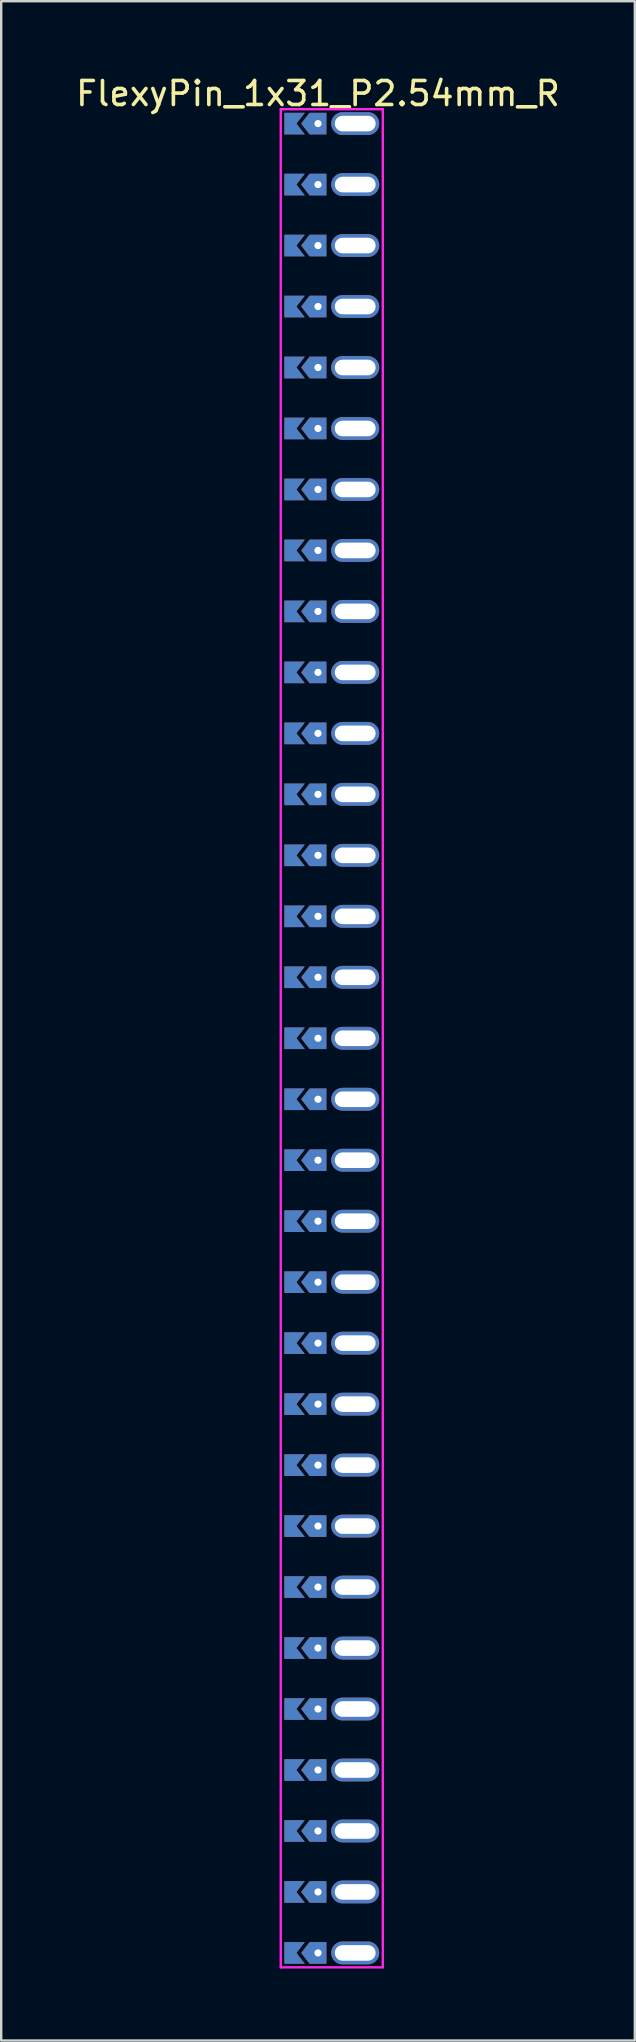
<source format=kicad_pcb>
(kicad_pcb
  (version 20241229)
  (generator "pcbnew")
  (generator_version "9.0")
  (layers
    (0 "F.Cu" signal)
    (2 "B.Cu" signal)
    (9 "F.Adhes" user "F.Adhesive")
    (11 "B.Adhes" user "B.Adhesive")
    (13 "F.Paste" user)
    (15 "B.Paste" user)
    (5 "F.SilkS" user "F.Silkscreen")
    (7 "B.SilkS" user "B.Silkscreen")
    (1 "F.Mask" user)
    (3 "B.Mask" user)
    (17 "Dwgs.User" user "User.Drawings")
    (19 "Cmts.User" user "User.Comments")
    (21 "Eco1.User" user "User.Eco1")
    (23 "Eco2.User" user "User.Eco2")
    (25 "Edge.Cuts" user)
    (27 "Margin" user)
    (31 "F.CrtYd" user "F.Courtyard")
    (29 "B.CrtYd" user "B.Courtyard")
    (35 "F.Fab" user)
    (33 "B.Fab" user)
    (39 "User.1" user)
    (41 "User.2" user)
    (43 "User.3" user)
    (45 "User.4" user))
  (footprint "FlexyPin_1x31_P2.54mm_R"
    (layer "F.Cu")
    (at 10.196 2.098)
    (property "Reference" "FlexyPin_1x31_P2.54mm_R" (at 0 -1.25 0) (layer "F.SilkS") (effects (font (size 1 1) (thickness 0.15))))
    (attr through_hole)
    (fp_line (start -1.55 -0.6) (end 2.7 -0.6) (stroke (width 0.1) (type solid)) (layer "F.CrtYd"))
    (fp_line (start -1.55 76.8) (end -1.55 -0.6) (stroke (width 0.1) (type solid)) (layer "F.CrtYd"))
    (fp_line (start 2.7 -0.6) (end 2.7 76.8) (stroke (width 0.1) (type solid)) (layer "F.CrtYd"))
    (fp_line (start 2.7 76.8) (end -1.55 76.8) (stroke (width 0.1) (type solid)) (layer "F.CrtYd"))
    (pad "" thru_hole custom (at 0 0) (size 0.3 0.3) (drill 0.6) (layers "*.Cu" "*.Mask") (options (anchor rect)) (primitives (gr_poly (pts (xy 0.35 0.45) (xy 0.35 -0.45) (xy -0.35 -0.45) (xy -0.7 0) (xy -0.35 0.45)) (width 0) (fill yes))))
    (pad "" thru_hole custom (at 0 2.54) (size 0.3 0.3) (drill 0.6) (layers "*.Cu" "*.Mask") (options (anchor rect)) (primitives (gr_poly (pts (xy 0.35 0.45) (xy 0.35 -0.45) (xy -0.35 -0.45) (xy -0.7 0) (xy -0.35 0.45)) (width 0) (fill yes))))
    (pad "" thru_hole custom (at 0 5.08) (size 0.3 0.3) (drill 0.6) (layers "*.Cu" "*.Mask") (options (anchor rect)) (primitives (gr_poly (pts (xy 0.35 0.45) (xy 0.35 -0.45) (xy -0.35 -0.45) (xy -0.7 0) (xy -0.35 0.45)) (width 0) (fill yes))))
    (pad "" thru_hole custom (at 0 7.62) (size 0.3 0.3) (drill 0.6) (layers "*.Cu" "*.Mask") (options (anchor rect)) (primitives (gr_poly (pts (xy 0.35 0.45) (xy 0.35 -0.45) (xy -0.35 -0.45) (xy -0.7 0) (xy -0.35 0.45)) (width 0) (fill yes))))
    (pad "" thru_hole custom (at 0 10.16) (size 0.3 0.3) (drill 0.6) (layers "*.Cu" "*.Mask") (options (anchor rect)) (primitives (gr_poly (pts (xy 0.35 0.45) (xy 0.35 -0.45) (xy -0.35 -0.45) (xy -0.7 0) (xy -0.35 0.45)) (width 0) (fill yes))))
    (pad "" thru_hole custom (at 0 12.7) (size 0.3 0.3) (drill 0.6) (layers "*.Cu" "*.Mask") (options (anchor rect)) (primitives (gr_poly (pts (xy 0.35 0.45) (xy 0.35 -0.45) (xy -0.35 -0.45) (xy -0.7 0) (xy -0.35 0.45)) (width 0) (fill yes))))
    (pad "" thru_hole custom (at 0 15.24) (size 0.3 0.3) (drill 0.6) (layers "*.Cu" "*.Mask") (options (anchor rect)) (primitives (gr_poly (pts (xy 0.35 0.45) (xy 0.35 -0.45) (xy -0.35 -0.45) (xy -0.7 0) (xy -0.35 0.45)) (width 0) (fill yes))))
    (pad "" thru_hole custom (at 0 17.78) (size 0.3 0.3) (drill 0.6) (layers "*.Cu" "*.Mask") (options (anchor rect)) (primitives (gr_poly (pts (xy 0.35 0.45) (xy 0.35 -0.45) (xy -0.35 -0.45) (xy -0.7 0) (xy -0.35 0.45)) (width 0) (fill yes))))
    (pad "" thru_hole custom (at 0 20.32) (size 0.3 0.3) (drill 0.6) (layers "*.Cu" "*.Mask") (options (anchor rect)) (primitives (gr_poly (pts (xy 0.35 0.45) (xy 0.35 -0.45) (xy -0.35 -0.45) (xy -0.7 0) (xy -0.35 0.45)) (width 0) (fill yes))))
    (pad "" thru_hole custom (at 0 22.86) (size 0.3 0.3) (drill 0.6) (layers "*.Cu" "*.Mask") (options (anchor rect)) (primitives (gr_poly (pts (xy 0.35 0.45) (xy 0.35 -0.45) (xy -0.35 -0.45) (xy -0.7 0) (xy -0.35 0.45)) (width 0) (fill yes))))
    (pad "" thru_hole custom (at 0 25.4) (size 0.3 0.3) (drill 0.6) (layers "*.Cu" "*.Mask") (options (anchor rect)) (primitives (gr_poly (pts (xy 0.35 0.45) (xy 0.35 -0.45) (xy -0.35 -0.45) (xy -0.7 0) (xy -0.35 0.45)) (width 0) (fill yes))))
    (pad "" thru_hole custom (at 0 27.94) (size 0.3 0.3) (drill 0.6) (layers "*.Cu" "*.Mask") (options (anchor rect)) (primitives (gr_poly (pts (xy 0.35 0.45) (xy 0.35 -0.45) (xy -0.35 -0.45) (xy -0.7 0) (xy -0.35 0.45)) (width 0) (fill yes))))
    (pad "" thru_hole custom (at 0 30.48) (size 0.3 0.3) (drill 0.6) (layers "*.Cu" "*.Mask") (options (anchor rect)) (primitives (gr_poly (pts (xy 0.35 0.45) (xy 0.35 -0.45) (xy -0.35 -0.45) (xy -0.7 0) (xy -0.35 0.45)) (width 0) (fill yes))))
    (pad "" thru_hole custom (at 0 33.02) (size 0.3 0.3) (drill 0.6) (layers "*.Cu" "*.Mask") (options (anchor rect)) (primitives (gr_poly (pts (xy 0.35 0.45) (xy 0.35 -0.45) (xy -0.35 -0.45) (xy -0.7 0) (xy -0.35 0.45)) (width 0) (fill yes))))
    (pad "" thru_hole custom (at 0 35.56) (size 0.3 0.3) (drill 0.6) (layers "*.Cu" "*.Mask") (options (anchor rect)) (primitives (gr_poly (pts (xy 0.35 0.45) (xy 0.35 -0.45) (xy -0.35 -0.45) (xy -0.7 0) (xy -0.35 0.45)) (width 0) (fill yes))))
    (pad "" thru_hole custom (at 0 38.1) (size 0.3 0.3) (drill 0.6) (layers "*.Cu" "*.Mask") (options (anchor rect)) (primitives (gr_poly (pts (xy 0.35 0.45) (xy 0.35 -0.45) (xy -0.35 -0.45) (xy -0.7 0) (xy -0.35 0.45)) (width 0) (fill yes))))
    (pad "" thru_hole custom (at 0 40.64) (size 0.3 0.3) (drill 0.6) (layers "*.Cu" "*.Mask") (options (anchor rect)) (primitives (gr_poly (pts (xy 0.35 0.45) (xy 0.35 -0.45) (xy -0.35 -0.45) (xy -0.7 0) (xy -0.35 0.45)) (width 0) (fill yes))))
    (pad "" thru_hole custom (at 0 43.18) (size 0.3 0.3) (drill 0.6) (layers "*.Cu" "*.Mask") (options (anchor rect)) (primitives (gr_poly (pts (xy 0.35 0.45) (xy 0.35 -0.45) (xy -0.35 -0.45) (xy -0.7 0) (xy -0.35 0.45)) (width 0) (fill yes))))
    (pad "" thru_hole custom (at 0 45.72) (size 0.3 0.3) (drill 0.6) (layers "*.Cu" "*.Mask") (options (anchor rect)) (primitives (gr_poly (pts (xy 0.35 0.45) (xy 0.35 -0.45) (xy -0.35 -0.45) (xy -0.7 0) (xy -0.35 0.45)) (width 0) (fill yes))))
    (pad "" thru_hole custom (at 0 48.26) (size 0.3 0.3) (drill 0.6) (layers "*.Cu" "*.Mask") (options (anchor rect)) (primitives (gr_poly (pts (xy 0.35 0.45) (xy 0.35 -0.45) (xy -0.35 -0.45) (xy -0.7 0) (xy -0.35 0.45)) (width 0) (fill yes))))
    (pad "" thru_hole custom (at 0 50.8) (size 0.3 0.3) (drill 0.6) (layers "*.Cu" "*.Mask") (options (anchor rect)) (primitives (gr_poly (pts (xy 0.35 0.45) (xy 0.35 -0.45) (xy -0.35 -0.45) (xy -0.7 0) (xy -0.35 0.45)) (width 0) (fill yes))))
    (pad "" thru_hole custom (at 0 53.34) (size 0.3 0.3) (drill 0.6) (layers "*.Cu" "*.Mask") (options (anchor rect)) (primitives (gr_poly (pts (xy 0.35 0.45) (xy 0.35 -0.45) (xy -0.35 -0.45) (xy -0.7 0) (xy -0.35 0.45)) (width 0) (fill yes))))
    (pad "" thru_hole custom (at 0 55.88) (size 0.3 0.3) (drill 0.6) (layers "*.Cu" "*.Mask") (options (anchor rect)) (primitives (gr_poly (pts (xy 0.35 0.45) (xy 0.35 -0.45) (xy -0.35 -0.45) (xy -0.7 0) (xy -0.35 0.45)) (width 0) (fill yes))))
    (pad "" thru_hole custom (at 0 58.42) (size 0.3 0.3) (drill 0.6) (layers "*.Cu" "*.Mask") (options (anchor rect)) (primitives (gr_poly (pts (xy 0.35 0.45) (xy 0.35 -0.45) (xy -0.35 -0.45) (xy -0.7 0) (xy -0.35 0.45)) (width 0) (fill yes))))
    (pad "" thru_hole custom (at 0 60.96) (size 0.3 0.3) (drill 0.6) (layers "*.Cu" "*.Mask") (options (anchor rect)) (primitives (gr_poly (pts (xy 0.35 0.45) (xy 0.35 -0.45) (xy -0.35 -0.45) (xy -0.7 0) (xy -0.35 0.45)) (width 0) (fill yes))))
    (pad "" thru_hole custom (at 0 63.5) (size 0.3 0.3) (drill 0.6) (layers "*.Cu" "*.Mask") (options (anchor rect)) (primitives (gr_poly (pts (xy 0.35 0.45) (xy 0.35 -0.45) (xy -0.35 -0.45) (xy -0.7 0) (xy -0.35 0.45)) (width 0) (fill yes))))
    (pad "" thru_hole custom (at 0 66.04) (size 0.3 0.3) (drill 0.6) (layers "*.Cu" "*.Mask") (options (anchor rect)) (primitives (gr_poly (pts (xy 0.35 0.45) (xy 0.35 -0.45) (xy -0.35 -0.45) (xy -0.7 0) (xy -0.35 0.45)) (width 0) (fill yes))))
    (pad "" thru_hole custom (at 0 68.58) (size 0.3 0.3) (drill 0.6) (layers "*.Cu" "*.Mask") (options (anchor rect)) (primitives (gr_poly (pts (xy 0.35 0.45) (xy 0.35 -0.45) (xy -0.35 -0.45) (xy -0.7 0) (xy -0.35 0.45)) (width 0) (fill yes))))
    (pad "" thru_hole custom (at 0 71.12) (size 0.3 0.3) (drill 0.6) (layers "*.Cu" "*.Mask") (options (anchor rect)) (primitives (gr_poly (pts (xy 0.35 0.45) (xy 0.35 -0.45) (xy -0.35 -0.45) (xy -0.7 0) (xy -0.35 0.45)) (width 0) (fill yes))))
    (pad "" thru_hole custom (at 0 73.66) (size 0.3 0.3) (drill 0.6) (layers "*.Cu" "*.Mask") (options (anchor rect)) (primitives (gr_poly (pts (xy 0.35 0.45) (xy 0.35 -0.45) (xy -0.35 -0.45) (xy -0.7 0) (xy -0.35 0.45)) (width 0) (fill yes))))
    (pad "" thru_hole custom (at 0 76.2) (size 0.3 0.3) (drill 0.6) (layers "*.Cu" "*.Mask") (options (anchor rect)) (primitives (gr_poly (pts (xy 0.35 0.45) (xy 0.35 -0.45) (xy -0.35 -0.45) (xy -0.7 0) (xy -0.35 0.45)) (width 0) (fill yes))))
    (pad "" thru_hole oval (at 1.55 0) (size 2 0.95) (drill oval 1.7 0.65) (layers "*.Cu" "*.Mask"))
    (pad "" thru_hole oval (at 1.55 2.54) (size 2 0.95) (drill oval 1.7 0.65) (layers "*.Cu" "*.Mask"))
    (pad "" thru_hole oval (at 1.55 5.08) (size 2 0.95) (drill oval 1.7 0.65) (layers "*.Cu" "*.Mask"))
    (pad "" thru_hole oval (at 1.55 7.62) (size 2 0.95) (drill oval 1.7 0.65) (layers "*.Cu" "*.Mask"))
    (pad "" thru_hole oval (at 1.55 10.16) (size 2 0.95) (drill oval 1.7 0.65) (layers "*.Cu" "*.Mask"))
    (pad "" thru_hole oval (at 1.55 12.7) (size 2 0.95) (drill oval 1.7 0.65) (layers "*.Cu" "*.Mask"))
    (pad "" thru_hole oval (at 1.55 15.24) (size 2 0.95) (drill oval 1.7 0.65) (layers "*.Cu" "*.Mask"))
    (pad "" thru_hole oval (at 1.55 17.78) (size 2 0.95) (drill oval 1.7 0.65) (layers "*.Cu" "*.Mask"))
    (pad "" thru_hole oval (at 1.55 20.32) (size 2 0.95) (drill oval 1.7 0.65) (layers "*.Cu" "*.Mask"))
    (pad "" thru_hole oval (at 1.55 22.86) (size 2 0.95) (drill oval 1.7 0.65) (layers "*.Cu" "*.Mask"))
    (pad "" thru_hole oval (at 1.55 25.4) (size 2 0.95) (drill oval 1.7 0.65) (layers "*.Cu" "*.Mask"))
    (pad "" thru_hole oval (at 1.55 27.94) (size 2 0.95) (drill oval 1.7 0.65) (layers "*.Cu" "*.Mask"))
    (pad "" thru_hole oval (at 1.55 30.48) (size 2 0.95) (drill oval 1.7 0.65) (layers "*.Cu" "*.Mask"))
    (pad "" thru_hole oval (at 1.55 33.02) (size 2 0.95) (drill oval 1.7 0.65) (layers "*.Cu" "*.Mask"))
    (pad "" thru_hole oval (at 1.55 35.56) (size 2 0.95) (drill oval 1.7 0.65) (layers "*.Cu" "*.Mask"))
    (pad "" thru_hole oval (at 1.55 38.1) (size 2 0.95) (drill oval 1.7 0.65) (layers "*.Cu" "*.Mask"))
    (pad "" thru_hole oval (at 1.55 40.64) (size 2 0.95) (drill oval 1.7 0.65) (layers "*.Cu" "*.Mask"))
    (pad "" thru_hole oval (at 1.55 43.18) (size 2 0.95) (drill oval 1.7 0.65) (layers "*.Cu" "*.Mask"))
    (pad "" thru_hole oval (at 1.55 45.72) (size 2 0.95) (drill oval 1.7 0.65) (layers "*.Cu" "*.Mask"))
    (pad "" thru_hole oval (at 1.55 48.26) (size 2 0.95) (drill oval 1.7 0.65) (layers "*.Cu" "*.Mask"))
    (pad "" thru_hole oval (at 1.55 50.8) (size 2 0.95) (drill oval 1.7 0.65) (layers "*.Cu" "*.Mask"))
    (pad "" thru_hole oval (at 1.55 53.34) (size 2 0.95) (drill oval 1.7 0.65) (layers "*.Cu" "*.Mask"))
    (pad "" thru_hole oval (at 1.55 55.88) (size 2 0.95) (drill oval 1.7 0.65) (layers "*.Cu" "*.Mask"))
    (pad "" thru_hole oval (at 1.55 58.42) (size 2 0.95) (drill oval 1.7 0.65) (layers "*.Cu" "*.Mask"))
    (pad "" thru_hole oval (at 1.55 60.96) (size 2 0.95) (drill oval 1.7 0.65) (layers "*.Cu" "*.Mask"))
    (pad "" thru_hole oval (at 1.55 63.5) (size 2 0.95) (drill oval 1.7 0.65) (layers "*.Cu" "*.Mask"))
    (pad "" thru_hole oval (at 1.55 66.04) (size 2 0.95) (drill oval 1.7 0.65) (layers "*.Cu" "*.Mask"))
    (pad "" thru_hole oval (at 1.55 68.58) (size 2 0.95) (drill oval 1.7 0.65) (layers "*.Cu" "*.Mask"))
    (pad "" thru_hole oval (at 1.55 71.12) (size 2 0.95) (drill oval 1.7 0.65) (layers "*.Cu" "*.Mask"))
    (pad "" thru_hole oval (at 1.55 73.66) (size 2 0.95) (drill oval 1.7 0.65) (layers "*.Cu" "*.Mask"))
    (pad "" thru_hole oval (at 1.55 76.2) (size 2 0.95) (drill oval 1.7 0.65) (layers "*.Cu" "*.Mask"))
    (pad "1" smd custom (at -0.9 0) (size 0.01 0.01) (layers "F.Cu" "F.Mask") (options (anchor rect)) (primitives (gr_poly (pts (xy 0 0) (xy 0.35 0.45) (xy -0.5 0.45) (xy -0.5 -0.45) (xy 0.35 -0.45)) (width 0) (fill yes))))
    (pad "2" smd custom (at -0.9 2.54) (size 0.01 0.01) (layers "F.Cu" "F.Mask") (options (anchor rect)) (primitives (gr_poly (pts (xy 0 0) (xy 0.35 0.45) (xy -0.5 0.45) (xy -0.5 -0.45) (xy 0.35 -0.45)) (width 0) (fill yes))))
    (pad "3" smd custom (at -0.9 5.08) (size 0.01 0.01) (layers "F.Cu" "F.Mask") (options (anchor rect)) (primitives (gr_poly (pts (xy 0 0) (xy 0.35 0.45) (xy -0.5 0.45) (xy -0.5 -0.45) (xy 0.35 -0.45)) (width 0) (fill yes))))
    (pad "4" smd custom (at -0.9 7.62) (size 0.01 0.01) (layers "F.Cu" "F.Mask") (options (anchor rect)) (primitives (gr_poly (pts (xy 0 0) (xy 0.35 0.45) (xy -0.5 0.45) (xy -0.5 -0.45) (xy 0.35 -0.45)) (width 0) (fill yes))))
    (pad "5" smd custom (at -0.9 10.16) (size 0.01 0.01) (layers "F.Cu" "F.Mask") (options (anchor rect)) (primitives (gr_poly (pts (xy 0 0) (xy 0.35 0.45) (xy -0.5 0.45) (xy -0.5 -0.45) (xy 0.35 -0.45)) (width 0) (fill yes))))
    (pad "6" smd custom (at -0.9 12.7) (size 0.01 0.01) (layers "F.Cu" "F.Mask") (options (anchor rect)) (primitives (gr_poly (pts (xy 0 0) (xy 0.35 0.45) (xy -0.5 0.45) (xy -0.5 -0.45) (xy 0.35 -0.45)) (width 0) (fill yes))))
    (pad "7" smd custom (at -0.9 15.24) (size 0.01 0.01) (layers "F.Cu" "F.Mask") (options (anchor rect)) (primitives (gr_poly (pts (xy 0 0) (xy 0.35 0.45) (xy -0.5 0.45) (xy -0.5 -0.45) (xy 0.35 -0.45)) (width 0) (fill yes))))
    (pad "8" smd custom (at -0.9 17.78) (size 0.01 0.01) (layers "F.Cu" "F.Mask") (options (anchor rect)) (primitives (gr_poly (pts (xy 0 0) (xy 0.35 0.45) (xy -0.5 0.45) (xy -0.5 -0.45) (xy 0.35 -0.45)) (width 0) (fill yes))))
    (pad "9" smd custom (at -0.9 20.32) (size 0.01 0.01) (layers "F.Cu" "F.Mask") (options (anchor rect)) (primitives (gr_poly (pts (xy 0 0) (xy 0.35 0.45) (xy -0.5 0.45) (xy -0.5 -0.45) (xy 0.35 -0.45)) (width 0) (fill yes))))
    (pad "10" smd custom (at -0.9 22.86) (size 0.01 0.01) (layers "F.Cu" "F.Mask") (options (anchor rect)) (primitives (gr_poly (pts (xy 0 0) (xy 0.35 0.45) (xy -0.5 0.45) (xy -0.5 -0.45) (xy 0.35 -0.45)) (width 0) (fill yes))))
    (pad "11" smd custom (at -0.9 25.4) (size 0.01 0.01) (layers "F.Cu" "F.Mask") (options (anchor rect)) (primitives (gr_poly (pts (xy 0 0) (xy 0.35 0.45) (xy -0.5 0.45) (xy -0.5 -0.45) (xy 0.35 -0.45)) (width 0) (fill yes))))
    (pad "12" smd custom (at -0.9 27.94) (size 0.01 0.01) (layers "F.Cu" "F.Mask") (options (anchor rect)) (primitives (gr_poly (pts (xy 0 0) (xy 0.35 0.45) (xy -0.5 0.45) (xy -0.5 -0.45) (xy 0.35 -0.45)) (width 0) (fill yes))))
    (pad "13" smd custom (at -0.9 30.48) (size 0.01 0.01) (layers "F.Cu" "F.Mask") (options (anchor rect)) (primitives (gr_poly (pts (xy 0 0) (xy 0.35 0.45) (xy -0.5 0.45) (xy -0.5 -0.45) (xy 0.35 -0.45)) (width 0) (fill yes))))
    (pad "14" smd custom (at -0.9 33.02) (size 0.01 0.01) (layers "F.Cu" "F.Mask") (options (anchor rect)) (primitives (gr_poly (pts (xy 0 0) (xy 0.35 0.45) (xy -0.5 0.45) (xy -0.5 -0.45) (xy 0.35 -0.45)) (width 0) (fill yes))))
    (pad "15" smd custom (at -0.9 35.56) (size 0.01 0.01) (layers "F.Cu" "F.Mask") (options (anchor rect)) (primitives (gr_poly (pts (xy 0 0) (xy 0.35 0.45) (xy -0.5 0.45) (xy -0.5 -0.45) (xy 0.35 -0.45)) (width 0) (fill yes))))
    (pad "16" smd custom (at -0.9 38.1) (size 0.01 0.01) (layers "F.Cu" "F.Mask") (options (anchor rect)) (primitives (gr_poly (pts (xy 0 0) (xy 0.35 0.45) (xy -0.5 0.45) (xy -0.5 -0.45) (xy 0.35 -0.45)) (width 0) (fill yes))))
    (pad "17" smd custom (at -0.9 40.64) (size 0.01 0.01) (layers "F.Cu" "F.Mask") (options (anchor rect)) (primitives (gr_poly (pts (xy 0 0) (xy 0.35 0.45) (xy -0.5 0.45) (xy -0.5 -0.45) (xy 0.35 -0.45)) (width 0) (fill yes))))
    (pad "18" smd custom (at -0.9 43.18) (size 0.01 0.01) (layers "F.Cu" "F.Mask") (options (anchor rect)) (primitives (gr_poly (pts (xy 0 0) (xy 0.35 0.45) (xy -0.5 0.45) (xy -0.5 -0.45) (xy 0.35 -0.45)) (width 0) (fill yes))))
    (pad "19" smd custom (at -0.9 45.72) (size 0.01 0.01) (layers "F.Cu" "F.Mask") (options (anchor rect)) (primitives (gr_poly (pts (xy 0 0) (xy 0.35 0.45) (xy -0.5 0.45) (xy -0.5 -0.45) (xy 0.35 -0.45)) (width 0) (fill yes))))
    (pad "20" smd custom (at -0.9 48.26) (size 0.01 0.01) (layers "F.Cu" "F.Mask") (options (anchor rect)) (primitives (gr_poly (pts (xy 0 0) (xy 0.35 0.45) (xy -0.5 0.45) (xy -0.5 -0.45) (xy 0.35 -0.45)) (width 0) (fill yes))))
    (pad "21" smd custom (at -0.9 50.8) (size 0.01 0.01) (layers "F.Cu" "F.Mask") (options (anchor rect)) (primitives (gr_poly (pts (xy 0 0) (xy 0.35 0.45) (xy -0.5 0.45) (xy -0.5 -0.45) (xy 0.35 -0.45)) (width 0) (fill yes))))
    (pad "22" smd custom (at -0.9 53.34) (size 0.01 0.01) (layers "F.Cu" "F.Mask") (options (anchor rect)) (primitives (gr_poly (pts (xy 0 0) (xy 0.35 0.45) (xy -0.5 0.45) (xy -0.5 -0.45) (xy 0.35 -0.45)) (width 0) (fill yes))))
    (pad "23" smd custom (at -0.9 55.88) (size 0.01 0.01) (layers "F.Cu" "F.Mask") (options (anchor rect)) (primitives (gr_poly (pts (xy 0 0) (xy 0.35 0.45) (xy -0.5 0.45) (xy -0.5 -0.45) (xy 0.35 -0.45)) (width 0) (fill yes))))
    (pad "24" smd custom (at -0.9 58.42) (size 0.01 0.01) (layers "F.Cu" "F.Mask") (options (anchor rect)) (primitives (gr_poly (pts (xy 0 0) (xy 0.35 0.45) (xy -0.5 0.45) (xy -0.5 -0.45) (xy 0.35 -0.45)) (width 0) (fill yes))))
    (pad "25" smd custom (at -0.9 60.96) (size 0.01 0.01) (layers "F.Cu" "F.Mask") (options (anchor rect)) (primitives (gr_poly (pts (xy 0 0) (xy 0.35 0.45) (xy -0.5 0.45) (xy -0.5 -0.45) (xy 0.35 -0.45)) (width 0) (fill yes))))
    (pad "26" smd custom (at -0.9 63.5) (size 0.01 0.01) (layers "F.Cu" "F.Mask") (options (anchor rect)) (primitives (gr_poly (pts (xy 0 0) (xy 0.35 0.45) (xy -0.5 0.45) (xy -0.5 -0.45) (xy 0.35 -0.45)) (width 0) (fill yes))))
    (pad "27" smd custom (at -0.9 66.04) (size 0.01 0.01) (layers "F.Cu" "F.Mask") (options (anchor rect)) (primitives (gr_poly (pts (xy 0 0) (xy 0.35 0.45) (xy -0.5 0.45) (xy -0.5 -0.45) (xy 0.35 -0.45)) (width 0) (fill yes))))
    (pad "28" smd custom (at -0.9 68.58) (size 0.01 0.01) (layers "F.Cu" "F.Mask") (options (anchor rect)) (primitives (gr_poly (pts (xy 0 0) (xy 0.35 0.45) (xy -0.5 0.45) (xy -0.5 -0.45) (xy 0.35 -0.45)) (width 0) (fill yes))))
    (pad "29" smd custom (at -0.9 71.12) (size 0.01 0.01) (layers "F.Cu" "F.Mask") (options (anchor rect)) (primitives (gr_poly (pts (xy 0 0) (xy 0.35 0.45) (xy -0.5 0.45) (xy -0.5 -0.45) (xy 0.35 -0.45)) (width 0) (fill yes))))
    (pad "30" smd custom (at -0.9 73.66) (size 0.01 0.01) (layers "F.Cu" "F.Mask") (options (anchor rect)) (primitives (gr_poly (pts (xy 0 0) (xy 0.35 0.45) (xy -0.5 0.45) (xy -0.5 -0.45) (xy 0.35 -0.45)) (width 0) (fill yes))))
    (pad "31" smd custom (at -0.9 76.2) (size 0.01 0.01) (layers "F.Cu" "F.Mask") (options (anchor rect)) (primitives (gr_poly (pts (xy 0 0) (xy 0.35 0.45) (xy -0.5 0.45) (xy -0.5 -0.45) (xy 0.35 -0.45)) (width 0) (fill yes))))
    (pad "32" smd custom (at -0.9 0) (size 0.01 0.01) (layers "B.Cu" "B.Mask") (options (anchor rect)) (primitives (gr_poly (pts (xy 0 0) (xy 0.35 0.45) (xy -0.5 0.45) (xy -0.5 -0.45) (xy 0.35 -0.45)) (width 0) (fill yes))))
    (pad "33" smd custom (at -0.9 2.54) (size 0.01 0.01) (layers "B.Cu" "B.Mask") (options (anchor rect)) (primitives (gr_poly (pts (xy 0 0) (xy 0.35 0.45) (xy -0.5 0.45) (xy -0.5 -0.45) (xy 0.35 -0.45)) (width 0) (fill yes))))
    (pad "34" smd custom (at -0.9 5.08) (size 0.01 0.01) (layers "B.Cu" "B.Mask") (options (anchor rect)) (primitives (gr_poly (pts (xy 0 0) (xy 0.35 0.45) (xy -0.5 0.45) (xy -0.5 -0.45) (xy 0.35 -0.45)) (width 0) (fill yes))))
    (pad "35" smd custom (at -0.9 7.62) (size 0.01 0.01) (layers "B.Cu" "B.Mask") (options (anchor rect)) (primitives (gr_poly (pts (xy 0 0) (xy 0.35 0.45) (xy -0.5 0.45) (xy -0.5 -0.45) (xy 0.35 -0.45)) (width 0) (fill yes))))
    (pad "36" smd custom (at -0.9 10.16) (size 0.01 0.01) (layers "B.Cu" "B.Mask") (options (anchor rect)) (primitives (gr_poly (pts (xy 0 0) (xy 0.35 0.45) (xy -0.5 0.45) (xy -0.5 -0.45) (xy 0.35 -0.45)) (width 0) (fill yes))))
    (pad "37" smd custom (at -0.9 12.7) (size 0.01 0.01) (layers "B.Cu" "B.Mask") (options (anchor rect)) (primitives (gr_poly (pts (xy 0 0) (xy 0.35 0.45) (xy -0.5 0.45) (xy -0.5 -0.45) (xy 0.35 -0.45)) (width 0) (fill yes))))
    (pad "38" smd custom (at -0.9 15.24) (size 0.01 0.01) (layers "B.Cu" "B.Mask") (options (anchor rect)) (primitives (gr_poly (pts (xy 0 0) (xy 0.35 0.45) (xy -0.5 0.45) (xy -0.5 -0.45) (xy 0.35 -0.45)) (width 0) (fill yes))))
    (pad "39" smd custom (at -0.9 17.78) (size 0.01 0.01) (layers "B.Cu" "B.Mask") (options (anchor rect)) (primitives (gr_poly (pts (xy 0 0) (xy 0.35 0.45) (xy -0.5 0.45) (xy -0.5 -0.45) (xy 0.35 -0.45)) (width 0) (fill yes))))
    (pad "40" smd custom (at -0.9 20.32) (size 0.01 0.01) (layers "B.Cu" "B.Mask") (options (anchor rect)) (primitives (gr_poly (pts (xy 0 0) (xy 0.35 0.45) (xy -0.5 0.45) (xy -0.5 -0.45) (xy 0.35 -0.45)) (width 0) (fill yes))))
    (pad "41" smd custom (at -0.9 22.86) (size 0.01 0.01) (layers "B.Cu" "B.Mask") (options (anchor rect)) (primitives (gr_poly (pts (xy 0 0) (xy 0.35 0.45) (xy -0.5 0.45) (xy -0.5 -0.45) (xy 0.35 -0.45)) (width 0) (fill yes))))
    (pad "42" smd custom (at -0.9 25.4) (size 0.01 0.01) (layers "B.Cu" "B.Mask") (options (anchor rect)) (primitives (gr_poly (pts (xy 0 0) (xy 0.35 0.45) (xy -0.5 0.45) (xy -0.5 -0.45) (xy 0.35 -0.45)) (width 0) (fill yes))))
    (pad "43" smd custom (at -0.9 27.94) (size 0.01 0.01) (layers "B.Cu" "B.Mask") (options (anchor rect)) (primitives (gr_poly (pts (xy 0 0) (xy 0.35 0.45) (xy -0.5 0.45) (xy -0.5 -0.45) (xy 0.35 -0.45)) (width 0) (fill yes))))
    (pad "44" smd custom (at -0.9 30.48) (size 0.01 0.01) (layers "B.Cu" "B.Mask") (options (anchor rect)) (primitives (gr_poly (pts (xy 0 0) (xy 0.35 0.45) (xy -0.5 0.45) (xy -0.5 -0.45) (xy 0.35 -0.45)) (width 0) (fill yes))))
    (pad "45" smd custom (at -0.9 33.02) (size 0.01 0.01) (layers "B.Cu" "B.Mask") (options (anchor rect)) (primitives (gr_poly (pts (xy 0 0) (xy 0.35 0.45) (xy -0.5 0.45) (xy -0.5 -0.45) (xy 0.35 -0.45)) (width 0) (fill yes))))
    (pad "46" smd custom (at -0.9 35.56) (size 0.01 0.01) (layers "B.Cu" "B.Mask") (options (anchor rect)) (primitives (gr_poly (pts (xy 0 0) (xy 0.35 0.45) (xy -0.5 0.45) (xy -0.5 -0.45) (xy 0.35 -0.45)) (width 0) (fill yes))))
    (pad "47" smd custom (at -0.9 38.1) (size 0.01 0.01) (layers "B.Cu" "B.Mask") (options (anchor rect)) (primitives (gr_poly (pts (xy 0 0) (xy 0.35 0.45) (xy -0.5 0.45) (xy -0.5 -0.45) (xy 0.35 -0.45)) (width 0) (fill yes))))
    (pad "48" smd custom (at -0.9 40.64) (size 0.01 0.01) (layers "B.Cu" "B.Mask") (options (anchor rect)) (primitives (gr_poly (pts (xy 0 0) (xy 0.35 0.45) (xy -0.5 0.45) (xy -0.5 -0.45) (xy 0.35 -0.45)) (width 0) (fill yes))))
    (pad "49" smd custom (at -0.9 43.18) (size 0.01 0.01) (layers "B.Cu" "B.Mask") (options (anchor rect)) (primitives (gr_poly (pts (xy 0 0) (xy 0.35 0.45) (xy -0.5 0.45) (xy -0.5 -0.45) (xy 0.35 -0.45)) (width 0) (fill yes))))
    (pad "50" smd custom (at -0.9 45.72) (size 0.01 0.01) (layers "B.Cu" "B.Mask") (options (anchor rect)) (primitives (gr_poly (pts (xy 0 0) (xy 0.35 0.45) (xy -0.5 0.45) (xy -0.5 -0.45) (xy 0.35 -0.45)) (width 0) (fill yes))))
    (pad "51" smd custom (at -0.9 48.26) (size 0.01 0.01) (layers "B.Cu" "B.Mask") (options (anchor rect)) (primitives (gr_poly (pts (xy 0 0) (xy 0.35 0.45) (xy -0.5 0.45) (xy -0.5 -0.45) (xy 0.35 -0.45)) (width 0) (fill yes))))
    (pad "52" smd custom (at -0.9 50.8) (size 0.01 0.01) (layers "B.Cu" "B.Mask") (options (anchor rect)) (primitives (gr_poly (pts (xy 0 0) (xy 0.35 0.45) (xy -0.5 0.45) (xy -0.5 -0.45) (xy 0.35 -0.45)) (width 0) (fill yes))))
    (pad "53" smd custom (at -0.9 53.34) (size 0.01 0.01) (layers "B.Cu" "B.Mask") (options (anchor rect)) (primitives (gr_poly (pts (xy 0 0) (xy 0.35 0.45) (xy -0.5 0.45) (xy -0.5 -0.45) (xy 0.35 -0.45)) (width 0) (fill yes))))
    (pad "54" smd custom (at -0.9 55.88) (size 0.01 0.01) (layers "B.Cu" "B.Mask") (options (anchor rect)) (primitives (gr_poly (pts (xy 0 0) (xy 0.35 0.45) (xy -0.5 0.45) (xy -0.5 -0.45) (xy 0.35 -0.45)) (width 0) (fill yes))))
    (pad "55" smd custom (at -0.9 58.42) (size 0.01 0.01) (layers "B.Cu" "B.Mask") (options (anchor rect)) (primitives (gr_poly (pts (xy 0 0) (xy 0.35 0.45) (xy -0.5 0.45) (xy -0.5 -0.45) (xy 0.35 -0.45)) (width 0) (fill yes))))
    (pad "56" smd custom (at -0.9 60.96) (size 0.01 0.01) (layers "B.Cu" "B.Mask") (options (anchor rect)) (primitives (gr_poly (pts (xy 0 0) (xy 0.35 0.45) (xy -0.5 0.45) (xy -0.5 -0.45) (xy 0.35 -0.45)) (width 0) (fill yes))))
    (pad "57" smd custom (at -0.9 63.5) (size 0.01 0.01) (layers "B.Cu" "B.Mask") (options (anchor rect)) (primitives (gr_poly (pts (xy 0 0) (xy 0.35 0.45) (xy -0.5 0.45) (xy -0.5 -0.45) (xy 0.35 -0.45)) (width 0) (fill yes))))
    (pad "58" smd custom (at -0.9 66.04) (size 0.01 0.01) (layers "B.Cu" "B.Mask") (options (anchor rect)) (primitives (gr_poly (pts (xy 0 0) (xy 0.35 0.45) (xy -0.5 0.45) (xy -0.5 -0.45) (xy 0.35 -0.45)) (width 0) (fill yes))))
    (pad "59" smd custom (at -0.9 68.58) (size 0.01 0.01) (layers "B.Cu" "B.Mask") (options (anchor rect)) (primitives (gr_poly (pts (xy 0 0) (xy 0.35 0.45) (xy -0.5 0.45) (xy -0.5 -0.45) (xy 0.35 -0.45)) (width 0) (fill yes))))
    (pad "60" smd custom (at -0.9 71.12) (size 0.01 0.01) (layers "B.Cu" "B.Mask") (options (anchor rect)) (primitives (gr_poly (pts (xy 0 0) (xy 0.35 0.45) (xy -0.5 0.45) (xy -0.5 -0.45) (xy 0.35 -0.45)) (width 0) (fill yes))))
    (pad "61" smd custom (at -0.9 73.66) (size 0.01 0.01) (layers "B.Cu" "B.Mask") (options (anchor rect)) (primitives (gr_poly (pts (xy 0 0) (xy 0.35 0.45) (xy -0.5 0.45) (xy -0.5 -0.45) (xy 0.35 -0.45)) (width 0) (fill yes))))
    (pad "62" smd custom (at -0.9 76.2) (size 0.01 0.01) (layers "B.Cu" "B.Mask") (options (anchor rect)) (primitives (gr_poly (pts (xy 0 0) (xy 0.35 0.45) (xy -0.5 0.45) (xy -0.5 -0.45) (xy 0.35 -0.45)) (width 0) (fill yes)))))
  (gr_rect
    (start -3 -3)
    (end 23.393 81.948)
    (stroke (width 0.1) (type default))
    (fill no)
    (layer "Edge.Cuts")))
</source>
